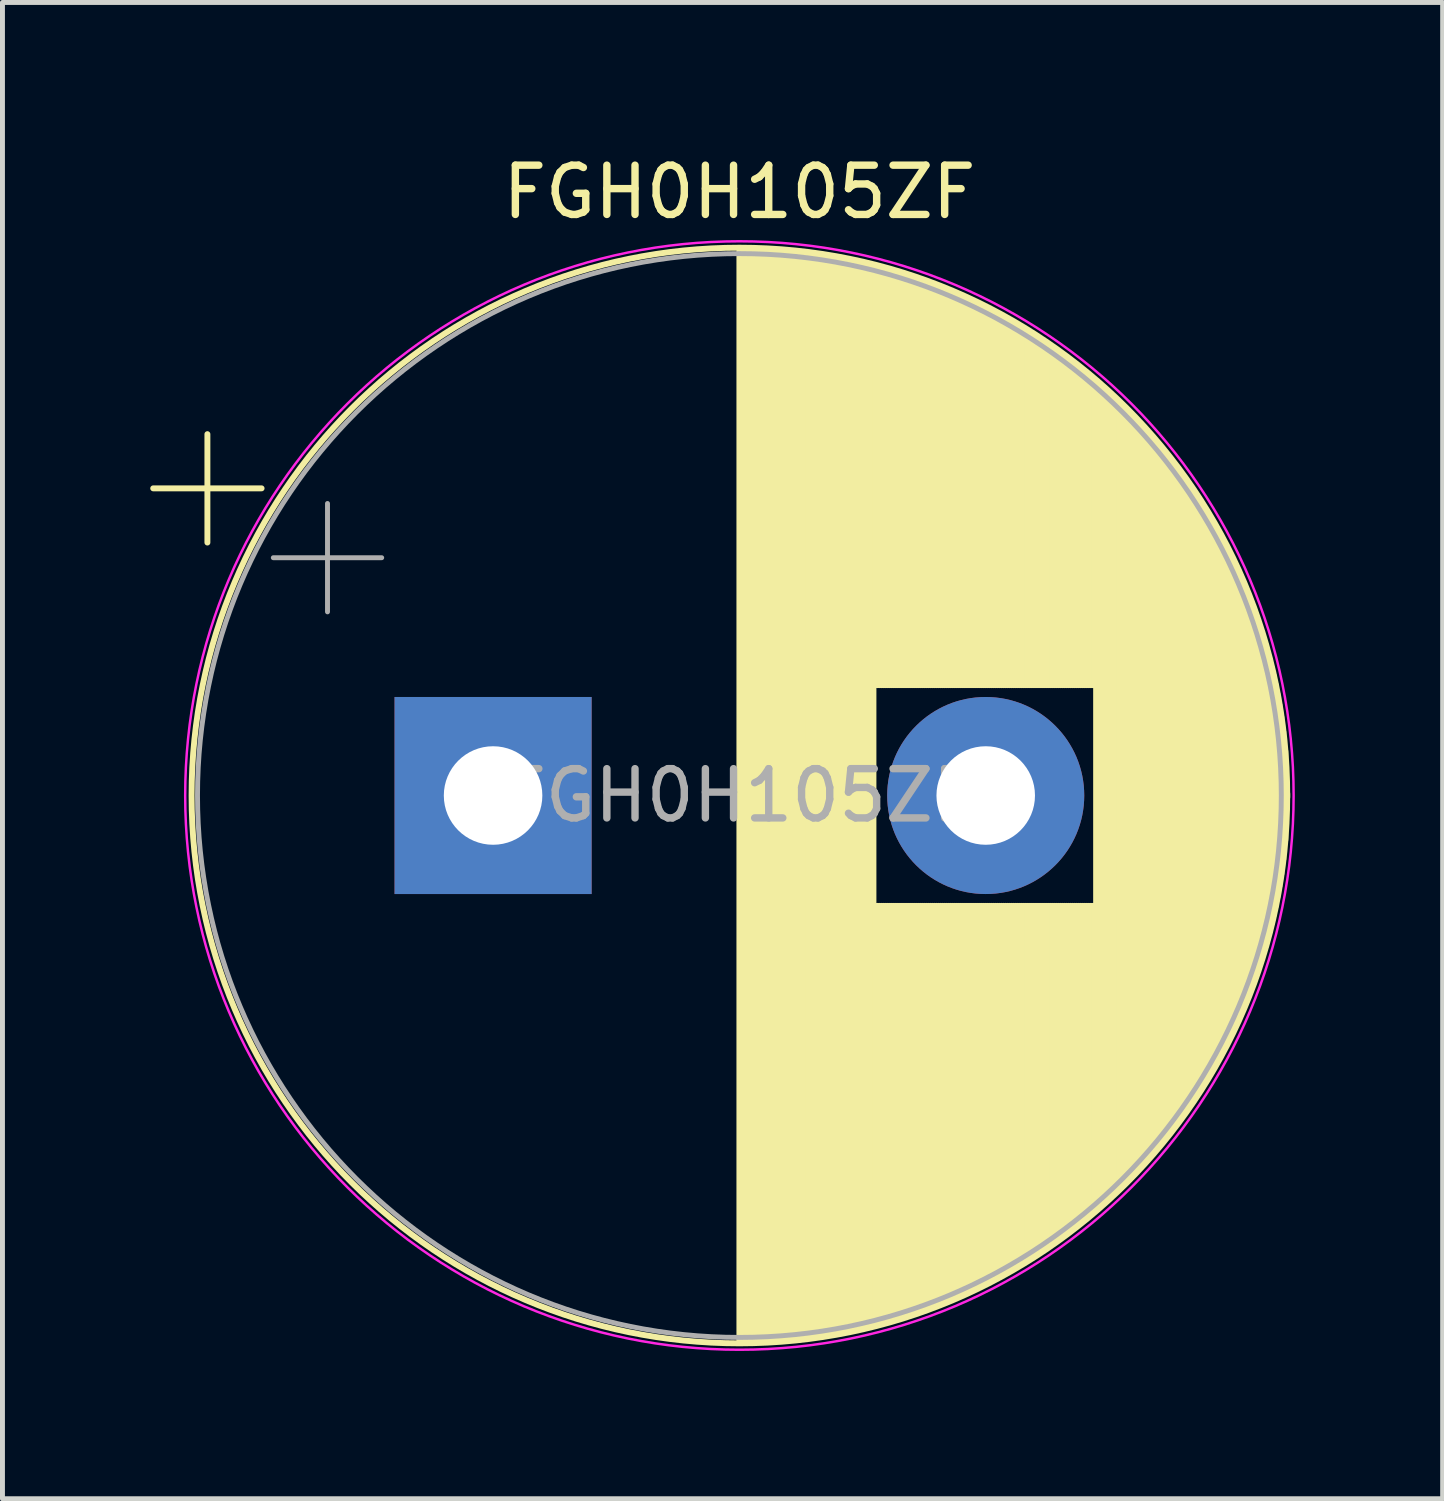
<source format=kicad_pcb>
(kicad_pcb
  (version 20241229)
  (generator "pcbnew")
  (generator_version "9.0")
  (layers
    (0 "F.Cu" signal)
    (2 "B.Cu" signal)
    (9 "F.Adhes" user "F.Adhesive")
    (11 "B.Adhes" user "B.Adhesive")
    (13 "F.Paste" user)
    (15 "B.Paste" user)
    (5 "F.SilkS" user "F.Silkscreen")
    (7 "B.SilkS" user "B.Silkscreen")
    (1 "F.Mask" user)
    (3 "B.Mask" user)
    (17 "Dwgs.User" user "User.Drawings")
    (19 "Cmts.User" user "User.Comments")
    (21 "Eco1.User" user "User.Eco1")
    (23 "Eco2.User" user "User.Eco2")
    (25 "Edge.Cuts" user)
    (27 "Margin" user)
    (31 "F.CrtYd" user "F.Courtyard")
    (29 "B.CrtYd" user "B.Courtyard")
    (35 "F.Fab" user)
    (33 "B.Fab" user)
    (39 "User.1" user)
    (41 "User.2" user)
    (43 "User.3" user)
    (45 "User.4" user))
  (footprint "FGH0H105ZF‎"
    (layer "F.Cu")
    (at 6.959 13.098)
    (property "Reference" "FGH0H105ZF‎" (at 5 -12.25 0) (layer "F.SilkS") (effects (font (size 1 1) (thickness 0.15))))
    (attr through_hole)
    (fp_line (start -6.899 -6.235) (end -4.699 -6.235) (stroke (width 0.12) (type solid)) (layer "F.SilkS"))
    (fp_line (start -5.799 -7.335) (end -5.799 -5.135) (stroke (width 0.12) (type solid)) (layer "F.SilkS"))
    (fp_line (start 5 -11.081) (end 5 11.081) (stroke (width 0.12) (type solid)) (layer "F.SilkS"))
    (fp_line (start 5.04 -11.08) (end 5.04 11.08) (stroke (width 0.12) (type solid)) (layer "F.SilkS"))
    (fp_line (start 5.08 -11.08) (end 5.08 11.08) (stroke (width 0.12) (type solid)) (layer "F.SilkS"))
    (fp_line (start 5.12 -11.08) (end 5.12 11.08) (stroke (width 0.12) (type solid)) (layer "F.SilkS"))
    (fp_line (start 5.16 -11.079) (end 5.16 11.079) (stroke (width 0.12) (type solid)) (layer "F.SilkS"))
    (fp_line (start 5.2 -11.079) (end 5.2 11.079) (stroke (width 0.12) (type solid)) (layer "F.SilkS"))
    (fp_line (start 5.24 -11.078) (end 5.24 11.078) (stroke (width 0.12) (type solid)) (layer "F.SilkS"))
    (fp_line (start 5.28 -11.077) (end 5.28 11.077) (stroke (width 0.12) (type solid)) (layer "F.SilkS"))
    (fp_line (start 5.32 -11.076) (end 5.32 11.076) (stroke (width 0.12) (type solid)) (layer "F.SilkS"))
    (fp_line (start 5.36 -11.075) (end 5.36 11.075) (stroke (width 0.12) (type solid)) (layer "F.SilkS"))
    (fp_line (start 5.4 -11.073) (end 5.4 11.073) (stroke (width 0.12) (type solid)) (layer "F.SilkS"))
    (fp_line (start 5.44 -11.072) (end 5.44 11.072) (stroke (width 0.12) (type solid)) (layer "F.SilkS"))
    (fp_line (start 5.48 -11.07) (end 5.48 11.07) (stroke (width 0.12) (type solid)) (layer "F.SilkS"))
    (fp_line (start 5.52 -11.068) (end 5.52 11.068) (stroke (width 0.12) (type solid)) (layer "F.SilkS"))
    (fp_line (start 5.56 -11.066) (end 5.56 11.066) (stroke (width 0.12) (type solid)) (layer "F.SilkS"))
    (fp_line (start 5.6 -11.064) (end 5.6 11.064) (stroke (width 0.12) (type solid)) (layer "F.SilkS"))
    (fp_line (start 5.64 -11.062) (end 5.64 11.062) (stroke (width 0.12) (type solid)) (layer "F.SilkS"))
    (fp_line (start 5.68 -11.06) (end 5.68 11.06) (stroke (width 0.12) (type solid)) (layer "F.SilkS"))
    (fp_line (start 5.721 -11.057) (end 5.721 11.057) (stroke (width 0.12) (type solid)) (layer "F.SilkS"))
    (fp_line (start 5.761 -11.054) (end 5.761 11.054) (stroke (width 0.12) (type solid)) (layer "F.SilkS"))
    (fp_line (start 5.801 -11.052) (end 5.801 11.052) (stroke (width 0.12) (type solid)) (layer "F.SilkS"))
    (fp_line (start 5.841 -11.049) (end 5.841 11.049) (stroke (width 0.12) (type solid)) (layer "F.SilkS"))
    (fp_line (start 5.881 -11.046) (end 5.881 11.046) (stroke (width 0.12) (type solid)) (layer "F.SilkS"))
    (fp_line (start 5.921 -11.042) (end 5.921 11.042) (stroke (width 0.12) (type solid)) (layer "F.SilkS"))
    (fp_line (start 5.961 -11.039) (end 5.961 11.039) (stroke (width 0.12) (type solid)) (layer "F.SilkS"))
    (fp_line (start 6.001 -11.035) (end 6.001 11.035) (stroke (width 0.12) (type solid)) (layer "F.SilkS"))
    (fp_line (start 6.041 -11.032) (end 6.041 11.032) (stroke (width 0.12) (type solid)) (layer "F.SilkS"))
    (fp_line (start 6.081 -11.028) (end 6.081 11.028) (stroke (width 0.12) (type solid)) (layer "F.SilkS"))
    (fp_line (start 6.121 -11.024) (end 6.121 11.024) (stroke (width 0.12) (type solid)) (layer "F.SilkS"))
    (fp_line (start 6.161 -11.02) (end 6.161 11.02) (stroke (width 0.12) (type solid)) (layer "F.SilkS"))
    (fp_line (start 6.201 -11.016) (end 6.201 11.016) (stroke (width 0.12) (type solid)) (layer "F.SilkS"))
    (fp_line (start 6.241 -11.011) (end 6.241 11.011) (stroke (width 0.12) (type solid)) (layer "F.SilkS"))
    (fp_line (start 6.281 -11.007) (end 6.281 11.007) (stroke (width 0.12) (type solid)) (layer "F.SilkS"))
    (fp_line (start 6.321 -11.002) (end 6.321 11.002) (stroke (width 0.12) (type solid)) (layer "F.SilkS"))
    (fp_line (start 6.361 -10.997) (end 6.361 10.997) (stroke (width 0.12) (type solid)) (layer "F.SilkS"))
    (fp_line (start 6.401 -10.992) (end 6.401 10.992) (stroke (width 0.12) (type solid)) (layer "F.SilkS"))
    (fp_line (start 6.441 -10.987) (end 6.441 10.987) (stroke (width 0.12) (type solid)) (layer "F.SilkS"))
    (fp_line (start 6.481 -10.982) (end 6.481 10.982) (stroke (width 0.12) (type solid)) (layer "F.SilkS"))
    (fp_line (start 6.521 -10.976) (end 6.521 10.976) (stroke (width 0.12) (type solid)) (layer "F.SilkS"))
    (fp_line (start 6.561 -10.971) (end 6.561 10.971) (stroke (width 0.12) (type solid)) (layer "F.SilkS"))
    (fp_line (start 6.601 -10.965) (end 6.601 10.965) (stroke (width 0.12) (type solid)) (layer "F.SilkS"))
    (fp_line (start 6.641 -10.959) (end 6.641 10.959) (stroke (width 0.12) (type solid)) (layer "F.SilkS"))
    (fp_line (start 6.681 -10.953) (end 6.681 10.953) (stroke (width 0.12) (type solid)) (layer "F.SilkS"))
    (fp_line (start 6.721 -10.947) (end 6.721 10.947) (stroke (width 0.12) (type solid)) (layer "F.SilkS"))
    (fp_line (start 6.761 -10.94) (end 6.761 10.94) (stroke (width 0.12) (type solid)) (layer "F.SilkS"))
    (fp_line (start 6.801 -10.934) (end 6.801 10.934) (stroke (width 0.12) (type solid)) (layer "F.SilkS"))
    (fp_line (start 6.841 -10.927) (end 6.841 10.927) (stroke (width 0.12) (type solid)) (layer "F.SilkS"))
    (fp_line (start 6.881 -10.92) (end 6.881 10.92) (stroke (width 0.12) (type solid)) (layer "F.SilkS"))
    (fp_line (start 6.921 -10.913) (end 6.921 10.913) (stroke (width 0.12) (type solid)) (layer "F.SilkS"))
    (fp_line (start 6.961 -10.906) (end 6.961 10.906) (stroke (width 0.12) (type solid)) (layer "F.SilkS"))
    (fp_line (start 7.001 -10.899) (end 7.001 10.899) (stroke (width 0.12) (type solid)) (layer "F.SilkS"))
    (fp_line (start 7.041 -10.892) (end 7.041 10.892) (stroke (width 0.12) (type solid)) (layer "F.SilkS"))
    (fp_line (start 7.081 -10.884) (end 7.081 10.884) (stroke (width 0.12) (type solid)) (layer "F.SilkS"))
    (fp_line (start 7.121 -10.877) (end 7.121 10.877) (stroke (width 0.12) (type solid)) (layer "F.SilkS"))
    (fp_line (start 7.161 -10.869) (end 7.161 10.869) (stroke (width 0.12) (type solid)) (layer "F.SilkS"))
    (fp_line (start 7.201 -10.861) (end 7.201 10.861) (stroke (width 0.12) (type solid)) (layer "F.SilkS"))
    (fp_line (start 7.241 -10.853) (end 7.241 10.853) (stroke (width 0.12) (type solid)) (layer "F.SilkS"))
    (fp_line (start 7.281 -10.844) (end 7.281 10.844) (stroke (width 0.12) (type solid)) (layer "F.SilkS"))
    (fp_line (start 7.321 -10.836) (end 7.321 10.836) (stroke (width 0.12) (type solid)) (layer "F.SilkS"))
    (fp_line (start 7.361 -10.827) (end 7.361 10.827) (stroke (width 0.12) (type solid)) (layer "F.SilkS"))
    (fp_line (start 7.401 -10.818) (end 7.401 10.818) (stroke (width 0.12) (type solid)) (layer "F.SilkS"))
    (fp_line (start 7.441 -10.809) (end 7.441 10.809) (stroke (width 0.12) (type solid)) (layer "F.SilkS"))
    (fp_line (start 7.481 -10.8) (end 7.481 10.8) (stroke (width 0.12) (type solid)) (layer "F.SilkS"))
    (fp_line (start 7.521 -10.791) (end 7.521 10.791) (stroke (width 0.12) (type solid)) (layer "F.SilkS"))
    (fp_line (start 7.561 -10.782) (end 7.561 10.782) (stroke (width 0.12) (type solid)) (layer "F.SilkS"))
    (fp_line (start 7.601 -10.772) (end 7.601 10.772) (stroke (width 0.12) (type solid)) (layer "F.SilkS"))
    (fp_line (start 7.641 -10.763) (end 7.641 10.763) (stroke (width 0.12) (type solid)) (layer "F.SilkS"))
    (fp_line (start 7.681 -10.753) (end 7.681 10.753) (stroke (width 0.12) (type solid)) (layer "F.SilkS"))
    (fp_line (start 7.721 -10.743) (end 7.721 10.743) (stroke (width 0.12) (type solid)) (layer "F.SilkS"))
    (fp_line (start 7.761 -10.733) (end 7.761 -2.24) (stroke (width 0.12) (type solid)) (layer "F.SilkS"))
    (fp_line (start 7.761 2.24) (end 7.761 10.733) (stroke (width 0.12) (type solid)) (layer "F.SilkS"))
    (fp_line (start 7.801 -10.722) (end 7.801 -2.24) (stroke (width 0.12) (type solid)) (layer "F.SilkS"))
    (fp_line (start 7.801 2.24) (end 7.801 10.722) (stroke (width 0.12) (type solid)) (layer "F.SilkS"))
    (fp_line (start 7.841 -10.712) (end 7.841 -2.24) (stroke (width 0.12) (type solid)) (layer "F.SilkS"))
    (fp_line (start 7.841 2.24) (end 7.841 10.712) (stroke (width 0.12) (type solid)) (layer "F.SilkS"))
    (fp_line (start 7.881 -10.701) (end 7.881 -2.24) (stroke (width 0.12) (type solid)) (layer "F.SilkS"))
    (fp_line (start 7.881 2.24) (end 7.881 10.701) (stroke (width 0.12) (type solid)) (layer "F.SilkS"))
    (fp_line (start 7.921 -10.69) (end 7.921 -2.24) (stroke (width 0.12) (type solid)) (layer "F.SilkS"))
    (fp_line (start 7.921 2.24) (end 7.921 10.69) (stroke (width 0.12) (type solid)) (layer "F.SilkS"))
    (fp_line (start 7.961 -10.679) (end 7.961 -2.24) (stroke (width 0.12) (type solid)) (layer "F.SilkS"))
    (fp_line (start 7.961 2.24) (end 7.961 10.679) (stroke (width 0.12) (type solid)) (layer "F.SilkS"))
    (fp_line (start 8.001 -10.668) (end 8.001 -2.24) (stroke (width 0.12) (type solid)) (layer "F.SilkS"))
    (fp_line (start 8.001 2.24) (end 8.001 10.668) (stroke (width 0.12) (type solid)) (layer "F.SilkS"))
    (fp_line (start 8.041 -10.657) (end 8.041 -2.24) (stroke (width 0.12) (type solid)) (layer "F.SilkS"))
    (fp_line (start 8.041 2.24) (end 8.041 10.657) (stroke (width 0.12) (type solid)) (layer "F.SilkS"))
    (fp_line (start 8.081 -10.645) (end 8.081 -2.24) (stroke (width 0.12) (type solid)) (layer "F.SilkS"))
    (fp_line (start 8.081 2.24) (end 8.081 10.645) (stroke (width 0.12) (type solid)) (layer "F.SilkS"))
    (fp_line (start 8.121 -10.634) (end 8.121 -2.24) (stroke (width 0.12) (type solid)) (layer "F.SilkS"))
    (fp_line (start 8.121 2.24) (end 8.121 10.634) (stroke (width 0.12) (type solid)) (layer "F.SilkS"))
    (fp_line (start 8.161 -10.622) (end 8.161 -2.24) (stroke (width 0.12) (type solid)) (layer "F.SilkS"))
    (fp_line (start 8.161 2.24) (end 8.161 10.622) (stroke (width 0.12) (type solid)) (layer "F.SilkS"))
    (fp_line (start 8.201 -10.61) (end 8.201 -2.24) (stroke (width 0.12) (type solid)) (layer "F.SilkS"))
    (fp_line (start 8.201 2.24) (end 8.201 10.61) (stroke (width 0.12) (type solid)) (layer "F.SilkS"))
    (fp_line (start 8.241 -10.598) (end 8.241 -2.24) (stroke (width 0.12) (type solid)) (layer "F.SilkS"))
    (fp_line (start 8.241 2.24) (end 8.241 10.598) (stroke (width 0.12) (type solid)) (layer "F.SilkS"))
    (fp_line (start 8.281 -10.586) (end 8.281 -2.24) (stroke (width 0.12) (type solid)) (layer "F.SilkS"))
    (fp_line (start 8.281 2.24) (end 8.281 10.586) (stroke (width 0.12) (type solid)) (layer "F.SilkS"))
    (fp_line (start 8.321 -10.573) (end 8.321 -2.24) (stroke (width 0.12) (type solid)) (layer "F.SilkS"))
    (fp_line (start 8.321 2.24) (end 8.321 10.573) (stroke (width 0.12) (type solid)) (layer "F.SilkS"))
    (fp_line (start 8.361 -10.561) (end 8.361 -2.24) (stroke (width 0.12) (type solid)) (layer "F.SilkS"))
    (fp_line (start 8.361 2.24) (end 8.361 10.561) (stroke (width 0.12) (type solid)) (layer "F.SilkS"))
    (fp_line (start 8.401 -10.548) (end 8.401 -2.24) (stroke (width 0.12) (type solid)) (layer "F.SilkS"))
    (fp_line (start 8.401 2.24) (end 8.401 10.548) (stroke (width 0.12) (type solid)) (layer "F.SilkS"))
    (fp_line (start 8.441 -10.535) (end 8.441 -2.24) (stroke (width 0.12) (type solid)) (layer "F.SilkS"))
    (fp_line (start 8.441 2.24) (end 8.441 10.535) (stroke (width 0.12) (type solid)) (layer "F.SilkS"))
    (fp_line (start 8.481 -10.522) (end 8.481 -2.24) (stroke (width 0.12) (type solid)) (layer "F.SilkS"))
    (fp_line (start 8.481 2.24) (end 8.481 10.522) (stroke (width 0.12) (type solid)) (layer "F.SilkS"))
    (fp_line (start 8.521 -10.509) (end 8.521 -2.24) (stroke (width 0.12) (type solid)) (layer "F.SilkS"))
    (fp_line (start 8.521 2.24) (end 8.521 10.509) (stroke (width 0.12) (type solid)) (layer "F.SilkS"))
    (fp_line (start 8.561 -10.495) (end 8.561 -2.24) (stroke (width 0.12) (type solid)) (layer "F.SilkS"))
    (fp_line (start 8.561 2.24) (end 8.561 10.495) (stroke (width 0.12) (type solid)) (layer "F.SilkS"))
    (fp_line (start 8.601 -10.482) (end 8.601 -2.24) (stroke (width 0.12) (type solid)) (layer "F.SilkS"))
    (fp_line (start 8.601 2.24) (end 8.601 10.482) (stroke (width 0.12) (type solid)) (layer "F.SilkS"))
    (fp_line (start 8.641 -10.468) (end 8.641 -2.24) (stroke (width 0.12) (type solid)) (layer "F.SilkS"))
    (fp_line (start 8.641 2.24) (end 8.641 10.468) (stroke (width 0.12) (type solid)) (layer "F.SilkS"))
    (fp_line (start 8.681 -10.454) (end 8.681 -2.24) (stroke (width 0.12) (type solid)) (layer "F.SilkS"))
    (fp_line (start 8.681 2.24) (end 8.681 10.454) (stroke (width 0.12) (type solid)) (layer "F.SilkS"))
    (fp_line (start 8.721 -10.44) (end 8.721 -2.24) (stroke (width 0.12) (type solid)) (layer "F.SilkS"))
    (fp_line (start 8.721 2.24) (end 8.721 10.44) (stroke (width 0.12) (type solid)) (layer "F.SilkS"))
    (fp_line (start 8.761 -10.426) (end 8.761 -2.24) (stroke (width 0.12) (type solid)) (layer "F.SilkS"))
    (fp_line (start 8.761 2.24) (end 8.761 10.426) (stroke (width 0.12) (type solid)) (layer "F.SilkS"))
    (fp_line (start 8.801 -10.411) (end 8.801 -2.24) (stroke (width 0.12) (type solid)) (layer "F.SilkS"))
    (fp_line (start 8.801 2.24) (end 8.801 10.411) (stroke (width 0.12) (type solid)) (layer "F.SilkS"))
    (fp_line (start 8.841 -10.396) (end 8.841 -2.24) (stroke (width 0.12) (type solid)) (layer "F.SilkS"))
    (fp_line (start 8.841 2.24) (end 8.841 10.396) (stroke (width 0.12) (type solid)) (layer "F.SilkS"))
    (fp_line (start 8.881 -10.382) (end 8.881 -2.24) (stroke (width 0.12) (type solid)) (layer "F.SilkS"))
    (fp_line (start 8.881 2.24) (end 8.881 10.382) (stroke (width 0.12) (type solid)) (layer "F.SilkS"))
    (fp_line (start 8.921 -10.367) (end 8.921 -2.24) (stroke (width 0.12) (type solid)) (layer "F.SilkS"))
    (fp_line (start 8.921 2.24) (end 8.921 10.367) (stroke (width 0.12) (type solid)) (layer "F.SilkS"))
    (fp_line (start 8.961 -10.351) (end 8.961 -2.24) (stroke (width 0.12) (type solid)) (layer "F.SilkS"))
    (fp_line (start 8.961 2.24) (end 8.961 10.351) (stroke (width 0.12) (type solid)) (layer "F.SilkS"))
    (fp_line (start 9.001 -10.336) (end 9.001 -2.24) (stroke (width 0.12) (type solid)) (layer "F.SilkS"))
    (fp_line (start 9.001 2.24) (end 9.001 10.336) (stroke (width 0.12) (type solid)) (layer "F.SilkS"))
    (fp_line (start 9.041 -10.321) (end 9.041 -2.24) (stroke (width 0.12) (type solid)) (layer "F.SilkS"))
    (fp_line (start 9.041 2.24) (end 9.041 10.321) (stroke (width 0.12) (type solid)) (layer "F.SilkS"))
    (fp_line (start 9.081 -10.305) (end 9.081 -2.24) (stroke (width 0.12) (type solid)) (layer "F.SilkS"))
    (fp_line (start 9.081 2.24) (end 9.081 10.305) (stroke (width 0.12) (type solid)) (layer "F.SilkS"))
    (fp_line (start 9.121 -10.289) (end 9.121 -2.24) (stroke (width 0.12) (type solid)) (layer "F.SilkS"))
    (fp_line (start 9.121 2.24) (end 9.121 10.289) (stroke (width 0.12) (type solid)) (layer "F.SilkS"))
    (fp_line (start 9.161 -10.273) (end 9.161 -2.24) (stroke (width 0.12) (type solid)) (layer "F.SilkS"))
    (fp_line (start 9.161 2.24) (end 9.161 10.273) (stroke (width 0.12) (type solid)) (layer "F.SilkS"))
    (fp_line (start 9.201 -10.257) (end 9.201 -2.24) (stroke (width 0.12) (type solid)) (layer "F.SilkS"))
    (fp_line (start 9.201 2.24) (end 9.201 10.257) (stroke (width 0.12) (type solid)) (layer "F.SilkS"))
    (fp_line (start 9.241 -10.24) (end 9.241 -2.24) (stroke (width 0.12) (type solid)) (layer "F.SilkS"))
    (fp_line (start 9.241 2.24) (end 9.241 10.24) (stroke (width 0.12) (type solid)) (layer "F.SilkS"))
    (fp_line (start 9.281 -10.224) (end 9.281 -2.24) (stroke (width 0.12) (type solid)) (layer "F.SilkS"))
    (fp_line (start 9.281 2.24) (end 9.281 10.224) (stroke (width 0.12) (type solid)) (layer "F.SilkS"))
    (fp_line (start 9.321 -10.207) (end 9.321 -2.24) (stroke (width 0.12) (type solid)) (layer "F.SilkS"))
    (fp_line (start 9.321 2.24) (end 9.321 10.207) (stroke (width 0.12) (type solid)) (layer "F.SilkS"))
    (fp_line (start 9.361 -10.19) (end 9.361 -2.24) (stroke (width 0.12) (type solid)) (layer "F.SilkS"))
    (fp_line (start 9.361 2.24) (end 9.361 10.19) (stroke (width 0.12) (type solid)) (layer "F.SilkS"))
    (fp_line (start 9.401 -10.173) (end 9.401 -2.24) (stroke (width 0.12) (type solid)) (layer "F.SilkS"))
    (fp_line (start 9.401 2.24) (end 9.401 10.173) (stroke (width 0.12) (type solid)) (layer "F.SilkS"))
    (fp_line (start 9.441 -10.156) (end 9.441 -2.24) (stroke (width 0.12) (type solid)) (layer "F.SilkS"))
    (fp_line (start 9.441 2.24) (end 9.441 10.156) (stroke (width 0.12) (type solid)) (layer "F.SilkS"))
    (fp_line (start 9.481 -10.138) (end 9.481 -2.24) (stroke (width 0.12) (type solid)) (layer "F.SilkS"))
    (fp_line (start 9.481 2.24) (end 9.481 10.138) (stroke (width 0.12) (type solid)) (layer "F.SilkS"))
    (fp_line (start 9.521 -10.12) (end 9.521 -2.24) (stroke (width 0.12) (type solid)) (layer "F.SilkS"))
    (fp_line (start 9.521 2.24) (end 9.521 10.12) (stroke (width 0.12) (type solid)) (layer "F.SilkS"))
    (fp_line (start 9.561 -10.103) (end 9.561 -2.24) (stroke (width 0.12) (type solid)) (layer "F.SilkS"))
    (fp_line (start 9.561 2.24) (end 9.561 10.103) (stroke (width 0.12) (type solid)) (layer "F.SilkS"))
    (fp_line (start 9.601 -10.084) (end 9.601 -2.24) (stroke (width 0.12) (type solid)) (layer "F.SilkS"))
    (fp_line (start 9.601 2.24) (end 9.601 10.084) (stroke (width 0.12) (type solid)) (layer "F.SilkS"))
    (fp_line (start 9.641 -10.066) (end 9.641 -2.24) (stroke (width 0.12) (type solid)) (layer "F.SilkS"))
    (fp_line (start 9.641 2.24) (end 9.641 10.066) (stroke (width 0.12) (type solid)) (layer "F.SilkS"))
    (fp_line (start 9.681 -10.048) (end 9.681 -2.24) (stroke (width 0.12) (type solid)) (layer "F.SilkS"))
    (fp_line (start 9.681 2.24) (end 9.681 10.048) (stroke (width 0.12) (type solid)) (layer "F.SilkS"))
    (fp_line (start 9.721 -10.029) (end 9.721 -2.24) (stroke (width 0.12) (type solid)) (layer "F.SilkS"))
    (fp_line (start 9.721 2.24) (end 9.721 10.029) (stroke (width 0.12) (type solid)) (layer "F.SilkS"))
    (fp_line (start 9.761 -10.01) (end 9.761 -2.24) (stroke (width 0.12) (type solid)) (layer "F.SilkS"))
    (fp_line (start 9.761 2.24) (end 9.761 10.01) (stroke (width 0.12) (type solid)) (layer "F.SilkS"))
    (fp_line (start 9.801 -9.991) (end 9.801 -2.24) (stroke (width 0.12) (type solid)) (layer "F.SilkS"))
    (fp_line (start 9.801 2.24) (end 9.801 9.991) (stroke (width 0.12) (type solid)) (layer "F.SilkS"))
    (fp_line (start 9.841 -9.972) (end 9.841 -2.24) (stroke (width 0.12) (type solid)) (layer "F.SilkS"))
    (fp_line (start 9.841 2.24) (end 9.841 9.972) (stroke (width 0.12) (type solid)) (layer "F.SilkS"))
    (fp_line (start 9.881 -9.952) (end 9.881 -2.24) (stroke (width 0.12) (type solid)) (layer "F.SilkS"))
    (fp_line (start 9.881 2.24) (end 9.881 9.952) (stroke (width 0.12) (type solid)) (layer "F.SilkS"))
    (fp_line (start 9.921 -9.933) (end 9.921 -2.24) (stroke (width 0.12) (type solid)) (layer "F.SilkS"))
    (fp_line (start 9.921 2.24) (end 9.921 9.933) (stroke (width 0.12) (type solid)) (layer "F.SilkS"))
    (fp_line (start 9.961 -9.913) (end 9.961 -2.24) (stroke (width 0.12) (type solid)) (layer "F.SilkS"))
    (fp_line (start 9.961 2.24) (end 9.961 9.913) (stroke (width 0.12) (type solid)) (layer "F.SilkS"))
    (fp_line (start 10.001 -9.893) (end 10.001 -2.24) (stroke (width 0.12) (type solid)) (layer "F.SilkS"))
    (fp_line (start 10.001 2.24) (end 10.001 9.893) (stroke (width 0.12) (type solid)) (layer "F.SilkS"))
    (fp_line (start 10.041 -9.873) (end 10.041 -2.24) (stroke (width 0.12) (type solid)) (layer "F.SilkS"))
    (fp_line (start 10.041 2.24) (end 10.041 9.873) (stroke (width 0.12) (type solid)) (layer "F.SilkS"))
    (fp_line (start 10.081 -9.852) (end 10.081 -2.24) (stroke (width 0.12) (type solid)) (layer "F.SilkS"))
    (fp_line (start 10.081 2.24) (end 10.081 9.852) (stroke (width 0.12) (type solid)) (layer "F.SilkS"))
    (fp_line (start 10.121 -9.832) (end 10.121 -2.24) (stroke (width 0.12) (type solid)) (layer "F.SilkS"))
    (fp_line (start 10.121 2.24) (end 10.121 9.832) (stroke (width 0.12) (type solid)) (layer "F.SilkS"))
    (fp_line (start 10.161 -9.811) (end 10.161 -2.24) (stroke (width 0.12) (type solid)) (layer "F.SilkS"))
    (fp_line (start 10.161 2.24) (end 10.161 9.811) (stroke (width 0.12) (type solid)) (layer "F.SilkS"))
    (fp_line (start 10.201 -9.79) (end 10.201 -2.24) (stroke (width 0.12) (type solid)) (layer "F.SilkS"))
    (fp_line (start 10.201 2.24) (end 10.201 9.79) (stroke (width 0.12) (type solid)) (layer "F.SilkS"))
    (fp_line (start 10.241 -9.768) (end 10.241 -2.24) (stroke (width 0.12) (type solid)) (layer "F.SilkS"))
    (fp_line (start 10.241 2.24) (end 10.241 9.768) (stroke (width 0.12) (type solid)) (layer "F.SilkS"))
    (fp_line (start 10.281 -9.747) (end 10.281 -2.24) (stroke (width 0.12) (type solid)) (layer "F.SilkS"))
    (fp_line (start 10.281 2.24) (end 10.281 9.747) (stroke (width 0.12) (type solid)) (layer "F.SilkS"))
    (fp_line (start 10.321 -9.725) (end 10.321 -2.24) (stroke (width 0.12) (type solid)) (layer "F.SilkS"))
    (fp_line (start 10.321 2.24) (end 10.321 9.725) (stroke (width 0.12) (type solid)) (layer "F.SilkS"))
    (fp_line (start 10.361 -9.703) (end 10.361 -2.24) (stroke (width 0.12) (type solid)) (layer "F.SilkS"))
    (fp_line (start 10.361 2.24) (end 10.361 9.703) (stroke (width 0.12) (type solid)) (layer "F.SilkS"))
    (fp_line (start 10.401 -9.681) (end 10.401 -2.24) (stroke (width 0.12) (type solid)) (layer "F.SilkS"))
    (fp_line (start 10.401 2.24) (end 10.401 9.681) (stroke (width 0.12) (type solid)) (layer "F.SilkS"))
    (fp_line (start 10.441 -9.659) (end 10.441 -2.24) (stroke (width 0.12) (type solid)) (layer "F.SilkS"))
    (fp_line (start 10.441 2.24) (end 10.441 9.659) (stroke (width 0.12) (type solid)) (layer "F.SilkS"))
    (fp_line (start 10.481 -9.636) (end 10.481 -2.24) (stroke (width 0.12) (type solid)) (layer "F.SilkS"))
    (fp_line (start 10.481 2.24) (end 10.481 9.636) (stroke (width 0.12) (type solid)) (layer "F.SilkS"))
    (fp_line (start 10.521 -9.614) (end 10.521 -2.24) (stroke (width 0.12) (type solid)) (layer "F.SilkS"))
    (fp_line (start 10.521 2.24) (end 10.521 9.614) (stroke (width 0.12) (type solid)) (layer "F.SilkS"))
    (fp_line (start 10.561 -9.591) (end 10.561 -2.24) (stroke (width 0.12) (type solid)) (layer "F.SilkS"))
    (fp_line (start 10.561 2.24) (end 10.561 9.591) (stroke (width 0.12) (type solid)) (layer "F.SilkS"))
    (fp_line (start 10.601 -9.567) (end 10.601 -2.24) (stroke (width 0.12) (type solid)) (layer "F.SilkS"))
    (fp_line (start 10.601 2.24) (end 10.601 9.567) (stroke (width 0.12) (type solid)) (layer "F.SilkS"))
    (fp_line (start 10.641 -9.544) (end 10.641 -2.24) (stroke (width 0.12) (type solid)) (layer "F.SilkS"))
    (fp_line (start 10.641 2.24) (end 10.641 9.544) (stroke (width 0.12) (type solid)) (layer "F.SilkS"))
    (fp_line (start 10.681 -9.52) (end 10.681 -2.24) (stroke (width 0.12) (type solid)) (layer "F.SilkS"))
    (fp_line (start 10.681 2.24) (end 10.681 9.52) (stroke (width 0.12) (type solid)) (layer "F.SilkS"))
    (fp_line (start 10.721 -9.497) (end 10.721 -2.24) (stroke (width 0.12) (type solid)) (layer "F.SilkS"))
    (fp_line (start 10.721 2.24) (end 10.721 9.497) (stroke (width 0.12) (type solid)) (layer "F.SilkS"))
    (fp_line (start 10.761 -9.472) (end 10.761 -2.24) (stroke (width 0.12) (type solid)) (layer "F.SilkS"))
    (fp_line (start 10.761 2.24) (end 10.761 9.472) (stroke (width 0.12) (type solid)) (layer "F.SilkS"))
    (fp_line (start 10.801 -9.448) (end 10.801 -2.24) (stroke (width 0.12) (type solid)) (layer "F.SilkS"))
    (fp_line (start 10.801 2.24) (end 10.801 9.448) (stroke (width 0.12) (type solid)) (layer "F.SilkS"))
    (fp_line (start 10.841 -9.424) (end 10.841 -2.24) (stroke (width 0.12) (type solid)) (layer "F.SilkS"))
    (fp_line (start 10.841 2.24) (end 10.841 9.424) (stroke (width 0.12) (type solid)) (layer "F.SilkS"))
    (fp_line (start 10.881 -9.399) (end 10.881 -2.24) (stroke (width 0.12) (type solid)) (layer "F.SilkS"))
    (fp_line (start 10.881 2.24) (end 10.881 9.399) (stroke (width 0.12) (type solid)) (layer "F.SilkS"))
    (fp_line (start 10.921 -9.374) (end 10.921 -2.24) (stroke (width 0.12) (type solid)) (layer "F.SilkS"))
    (fp_line (start 10.921 2.24) (end 10.921 9.374) (stroke (width 0.12) (type solid)) (layer "F.SilkS"))
    (fp_line (start 10.961 -9.348) (end 10.961 -2.24) (stroke (width 0.12) (type solid)) (layer "F.SilkS"))
    (fp_line (start 10.961 2.24) (end 10.961 9.348) (stroke (width 0.12) (type solid)) (layer "F.SilkS"))
    (fp_line (start 11.001 -9.323) (end 11.001 -2.24) (stroke (width 0.12) (type solid)) (layer "F.SilkS"))
    (fp_line (start 11.001 2.24) (end 11.001 9.323) (stroke (width 0.12) (type solid)) (layer "F.SilkS"))
    (fp_line (start 11.041 -9.297) (end 11.041 -2.24) (stroke (width 0.12) (type solid)) (layer "F.SilkS"))
    (fp_line (start 11.041 2.24) (end 11.041 9.297) (stroke (width 0.12) (type solid)) (layer "F.SilkS"))
    (fp_line (start 11.081 -9.271) (end 11.081 -2.24) (stroke (width 0.12) (type solid)) (layer "F.SilkS"))
    (fp_line (start 11.081 2.24) (end 11.081 9.271) (stroke (width 0.12) (type solid)) (layer "F.SilkS"))
    (fp_line (start 11.121 -9.245) (end 11.121 -2.24) (stroke (width 0.12) (type solid)) (layer "F.SilkS"))
    (fp_line (start 11.121 2.24) (end 11.121 9.245) (stroke (width 0.12) (type solid)) (layer "F.SilkS"))
    (fp_line (start 11.161 -9.218) (end 11.161 -2.24) (stroke (width 0.12) (type solid)) (layer "F.SilkS"))
    (fp_line (start 11.161 2.24) (end 11.161 9.218) (stroke (width 0.12) (type solid)) (layer "F.SilkS"))
    (fp_line (start 11.201 -9.192) (end 11.201 -2.24) (stroke (width 0.12) (type solid)) (layer "F.SilkS"))
    (fp_line (start 11.201 2.24) (end 11.201 9.192) (stroke (width 0.12) (type solid)) (layer "F.SilkS"))
    (fp_line (start 11.241 -9.165) (end 11.241 -2.24) (stroke (width 0.12) (type solid)) (layer "F.SilkS"))
    (fp_line (start 11.241 2.24) (end 11.241 9.165) (stroke (width 0.12) (type solid)) (layer "F.SilkS"))
    (fp_line (start 11.281 -9.137) (end 11.281 -2.24) (stroke (width 0.12) (type solid)) (layer "F.SilkS"))
    (fp_line (start 11.281 2.24) (end 11.281 9.137) (stroke (width 0.12) (type solid)) (layer "F.SilkS"))
    (fp_line (start 11.321 -9.11) (end 11.321 -2.24) (stroke (width 0.12) (type solid)) (layer "F.SilkS"))
    (fp_line (start 11.321 2.24) (end 11.321 9.11) (stroke (width 0.12) (type solid)) (layer "F.SilkS"))
    (fp_line (start 11.361 -9.082) (end 11.361 -2.24) (stroke (width 0.12) (type solid)) (layer "F.SilkS"))
    (fp_line (start 11.361 2.24) (end 11.361 9.082) (stroke (width 0.12) (type solid)) (layer "F.SilkS"))
    (fp_line (start 11.401 -9.054) (end 11.401 -2.24) (stroke (width 0.12) (type solid)) (layer "F.SilkS"))
    (fp_line (start 11.401 2.24) (end 11.401 9.054) (stroke (width 0.12) (type solid)) (layer "F.SilkS"))
    (fp_line (start 11.441 -9.026) (end 11.441 -2.24) (stroke (width 0.12) (type solid)) (layer "F.SilkS"))
    (fp_line (start 11.441 2.24) (end 11.441 9.026) (stroke (width 0.12) (type solid)) (layer "F.SilkS"))
    (fp_line (start 11.481 -8.997) (end 11.481 -2.24) (stroke (width 0.12) (type solid)) (layer "F.SilkS"))
    (fp_line (start 11.481 2.24) (end 11.481 8.997) (stroke (width 0.12) (type solid)) (layer "F.SilkS"))
    (fp_line (start 11.521 -8.968) (end 11.521 -2.24) (stroke (width 0.12) (type solid)) (layer "F.SilkS"))
    (fp_line (start 11.521 2.24) (end 11.521 8.968) (stroke (width 0.12) (type solid)) (layer "F.SilkS"))
    (fp_line (start 11.561 -8.939) (end 11.561 -2.24) (stroke (width 0.12) (type solid)) (layer "F.SilkS"))
    (fp_line (start 11.561 2.24) (end 11.561 8.939) (stroke (width 0.12) (type solid)) (layer "F.SilkS"))
    (fp_line (start 11.601 -8.91) (end 11.601 -2.24) (stroke (width 0.12) (type solid)) (layer "F.SilkS"))
    (fp_line (start 11.601 2.24) (end 11.601 8.91) (stroke (width 0.12) (type solid)) (layer "F.SilkS"))
    (fp_line (start 11.641 -8.88) (end 11.641 -2.24) (stroke (width 0.12) (type solid)) (layer "F.SilkS"))
    (fp_line (start 11.641 2.24) (end 11.641 8.88) (stroke (width 0.12) (type solid)) (layer "F.SilkS"))
    (fp_line (start 11.681 -8.85) (end 11.681 -2.24) (stroke (width 0.12) (type solid)) (layer "F.SilkS"))
    (fp_line (start 11.681 2.24) (end 11.681 8.85) (stroke (width 0.12) (type solid)) (layer "F.SilkS"))
    (fp_line (start 11.721 -8.82) (end 11.721 -2.24) (stroke (width 0.12) (type solid)) (layer "F.SilkS"))
    (fp_line (start 11.721 2.24) (end 11.721 8.82) (stroke (width 0.12) (type solid)) (layer "F.SilkS"))
    (fp_line (start 11.761 -8.79) (end 11.761 -2.24) (stroke (width 0.12) (type solid)) (layer "F.SilkS"))
    (fp_line (start 11.761 2.24) (end 11.761 8.79) (stroke (width 0.12) (type solid)) (layer "F.SilkS"))
    (fp_line (start 11.801 -8.759) (end 11.801 -2.24) (stroke (width 0.12) (type solid)) (layer "F.SilkS"))
    (fp_line (start 11.801 2.24) (end 11.801 8.759) (stroke (width 0.12) (type solid)) (layer "F.SilkS"))
    (fp_line (start 11.841 -8.728) (end 11.841 -2.24) (stroke (width 0.12) (type solid)) (layer "F.SilkS"))
    (fp_line (start 11.841 2.24) (end 11.841 8.728) (stroke (width 0.12) (type solid)) (layer "F.SilkS"))
    (fp_line (start 11.881 -8.697) (end 11.881 -2.24) (stroke (width 0.12) (type solid)) (layer "F.SilkS"))
    (fp_line (start 11.881 2.24) (end 11.881 8.697) (stroke (width 0.12) (type solid)) (layer "F.SilkS"))
    (fp_line (start 11.921 -8.665) (end 11.921 -2.24) (stroke (width 0.12) (type solid)) (layer "F.SilkS"))
    (fp_line (start 11.921 2.24) (end 11.921 8.665) (stroke (width 0.12) (type solid)) (layer "F.SilkS"))
    (fp_line (start 11.961 -8.633) (end 11.961 -2.24) (stroke (width 0.12) (type solid)) (layer "F.SilkS"))
    (fp_line (start 11.961 2.24) (end 11.961 8.633) (stroke (width 0.12) (type solid)) (layer "F.SilkS"))
    (fp_line (start 12.001 -8.601) (end 12.001 -2.24) (stroke (width 0.12) (type solid)) (layer "F.SilkS"))
    (fp_line (start 12.001 2.24) (end 12.001 8.601) (stroke (width 0.12) (type solid)) (layer "F.SilkS"))
    (fp_line (start 12.041 -8.568) (end 12.041 -2.24) (stroke (width 0.12) (type solid)) (layer "F.SilkS"))
    (fp_line (start 12.041 2.24) (end 12.041 8.568) (stroke (width 0.12) (type solid)) (layer "F.SilkS"))
    (fp_line (start 12.081 -8.535) (end 12.081 -2.24) (stroke (width 0.12) (type solid)) (layer "F.SilkS"))
    (fp_line (start 12.081 2.24) (end 12.081 8.535) (stroke (width 0.12) (type solid)) (layer "F.SilkS"))
    (fp_line (start 12.121 -8.502) (end 12.121 -2.24) (stroke (width 0.12) (type solid)) (layer "F.SilkS"))
    (fp_line (start 12.121 2.24) (end 12.121 8.502) (stroke (width 0.12) (type solid)) (layer "F.SilkS"))
    (fp_line (start 12.161 -8.469) (end 12.161 -2.24) (stroke (width 0.12) (type solid)) (layer "F.SilkS"))
    (fp_line (start 12.161 2.24) (end 12.161 8.469) (stroke (width 0.12) (type solid)) (layer "F.SilkS"))
    (fp_line (start 12.201 -8.435) (end 12.201 -2.24) (stroke (width 0.12) (type solid)) (layer "F.SilkS"))
    (fp_line (start 12.201 2.24) (end 12.201 8.435) (stroke (width 0.12) (type solid)) (layer "F.SilkS"))
    (fp_line (start 12.241 -8.401) (end 12.241 8.401) (stroke (width 0.12) (type solid)) (layer "F.SilkS"))
    (fp_line (start 12.281 -8.366) (end 12.281 8.366) (stroke (width 0.12) (type solid)) (layer "F.SilkS"))
    (fp_line (start 12.321 -8.331) (end 12.321 8.331) (stroke (width 0.12) (type solid)) (layer "F.SilkS"))
    (fp_line (start 12.361 -8.296) (end 12.361 8.296) (stroke (width 0.12) (type solid)) (layer "F.SilkS"))
    (fp_line (start 12.401 -8.261) (end 12.401 8.261) (stroke (width 0.12) (type solid)) (layer "F.SilkS"))
    (fp_line (start 12.441 -8.225) (end 12.441 8.225) (stroke (width 0.12) (type solid)) (layer "F.SilkS"))
    (fp_line (start 12.481 -8.189) (end 12.481 8.189) (stroke (width 0.12) (type solid)) (layer "F.SilkS"))
    (fp_line (start 12.521 -8.152) (end 12.521 8.152) (stroke (width 0.12) (type solid)) (layer "F.SilkS"))
    (fp_line (start 12.561 -8.115) (end 12.561 8.115) (stroke (width 0.12) (type solid)) (layer "F.SilkS"))
    (fp_line (start 12.601 -8.078) (end 12.601 8.078) (stroke (width 0.12) (type solid)) (layer "F.SilkS"))
    (fp_line (start 12.641 -8.04) (end 12.641 8.04) (stroke (width 0.12) (type solid)) (layer "F.SilkS"))
    (fp_line (start 12.681 -8.002) (end 12.681 8.002) (stroke (width 0.12) (type solid)) (layer "F.SilkS"))
    (fp_line (start 12.721 -7.964) (end 12.721 7.964) (stroke (width 0.12) (type solid)) (layer "F.SilkS"))
    (fp_line (start 12.761 -7.925) (end 12.761 7.925) (stroke (width 0.12) (type solid)) (layer "F.SilkS"))
    (fp_line (start 12.801 -7.886) (end 12.801 7.886) (stroke (width 0.12) (type solid)) (layer "F.SilkS"))
    (fp_line (start 12.841 -7.846) (end 12.841 7.846) (stroke (width 0.12) (type solid)) (layer "F.SilkS"))
    (fp_line (start 12.881 -7.807) (end 12.881 7.807) (stroke (width 0.12) (type solid)) (layer "F.SilkS"))
    (fp_line (start 12.921 -7.766) (end 12.921 7.766) (stroke (width 0.12) (type solid)) (layer "F.SilkS"))
    (fp_line (start 12.961 -7.725) (end 12.961 7.725) (stroke (width 0.12) (type solid)) (layer "F.SilkS"))
    (fp_line (start 13.001 -7.684) (end 13.001 7.684) (stroke (width 0.12) (type solid)) (layer "F.SilkS"))
    (fp_line (start 13.041 -7.642) (end 13.041 7.642) (stroke (width 0.12) (type solid)) (layer "F.SilkS"))
    (fp_line (start 13.081 -7.6) (end 13.081 7.6) (stroke (width 0.12) (type solid)) (layer "F.SilkS"))
    (fp_line (start 13.121 -7.558) (end 13.121 7.558) (stroke (width 0.12) (type solid)) (layer "F.SilkS"))
    (fp_line (start 13.161 -7.515) (end 13.161 7.515) (stroke (width 0.12) (type solid)) (layer "F.SilkS"))
    (fp_line (start 13.2 -7.471) (end 13.2 7.471) (stroke (width 0.12) (type solid)) (layer "F.SilkS"))
    (fp_line (start 13.24 -7.428) (end 13.24 7.428) (stroke (width 0.12) (type solid)) (layer "F.SilkS"))
    (fp_line (start 13.28 -7.383) (end 13.28 7.383) (stroke (width 0.12) (type solid)) (layer "F.SilkS"))
    (fp_line (start 13.32 -7.338) (end 13.32 7.338) (stroke (width 0.12) (type solid)) (layer "F.SilkS"))
    (fp_line (start 13.36 -7.293) (end 13.36 7.293) (stroke (width 0.12) (type solid)) (layer "F.SilkS"))
    (fp_line (start 13.4 -7.247) (end 13.4 7.247) (stroke (width 0.12) (type solid)) (layer "F.SilkS"))
    (fp_line (start 13.44 -7.201) (end 13.44 7.201) (stroke (width 0.12) (type solid)) (layer "F.SilkS"))
    (fp_line (start 13.48 -7.154) (end 13.48 7.154) (stroke (width 0.12) (type solid)) (layer "F.SilkS"))
    (fp_line (start 13.52 -7.106) (end 13.52 7.106) (stroke (width 0.12) (type solid)) (layer "F.SilkS"))
    (fp_line (start 13.56 -7.058) (end 13.56 7.058) (stroke (width 0.12) (type solid)) (layer "F.SilkS"))
    (fp_line (start 13.6 -7.01) (end 13.6 7.01) (stroke (width 0.12) (type solid)) (layer "F.SilkS"))
    (fp_line (start 13.64 -6.961) (end 13.64 6.961) (stroke (width 0.12) (type solid)) (layer "F.SilkS"))
    (fp_line (start 13.68 -6.911) (end 13.68 6.911) (stroke (width 0.12) (type solid)) (layer "F.SilkS"))
    (fp_line (start 13.72 -6.861) (end 13.72 6.861) (stroke (width 0.12) (type solid)) (layer "F.SilkS"))
    (fp_line (start 13.76 -6.81) (end 13.76 6.81) (stroke (width 0.12) (type solid)) (layer "F.SilkS"))
    (fp_line (start 13.8 -6.759) (end 13.8 6.759) (stroke (width 0.12) (type solid)) (layer "F.SilkS"))
    (fp_line (start 13.84 -6.707) (end 13.84 6.707) (stroke (width 0.12) (type solid)) (layer "F.SilkS"))
    (fp_line (start 13.88 -6.654) (end 13.88 6.654) (stroke (width 0.12) (type solid)) (layer "F.SilkS"))
    (fp_line (start 13.92 -6.6) (end 13.92 6.6) (stroke (width 0.12) (type solid)) (layer "F.SilkS"))
    (fp_line (start 13.96 -6.546) (end 13.96 6.546) (stroke (width 0.12) (type solid)) (layer "F.SilkS"))
    (fp_line (start 14 -6.492) (end 14 6.492) (stroke (width 0.12) (type solid)) (layer "F.SilkS"))
    (fp_line (start 14.04 -6.436) (end 14.04 6.436) (stroke (width 0.12) (type solid)) (layer "F.SilkS"))
    (fp_line (start 14.08 -6.38) (end 14.08 6.38) (stroke (width 0.12) (type solid)) (layer "F.SilkS"))
    (fp_line (start 14.12 -6.323) (end 14.12 6.323) (stroke (width 0.12) (type solid)) (layer "F.SilkS"))
    (fp_line (start 14.16 -6.265) (end 14.16 6.265) (stroke (width 0.12) (type solid)) (layer "F.SilkS"))
    (fp_line (start 14.2 -6.207) (end 14.2 6.207) (stroke (width 0.12) (type solid)) (layer "F.SilkS"))
    (fp_line (start 14.24 -6.147) (end 14.24 6.147) (stroke (width 0.12) (type solid)) (layer "F.SilkS"))
    (fp_line (start 14.28 -6.087) (end 14.28 6.087) (stroke (width 0.12) (type solid)) (layer "F.SilkS"))
    (fp_line (start 14.32 -6.026) (end 14.32 6.026) (stroke (width 0.12) (type solid)) (layer "F.SilkS"))
    (fp_line (start 14.36 -5.964) (end 14.36 5.964) (stroke (width 0.12) (type solid)) (layer "F.SilkS"))
    (fp_line (start 14.4 -5.901) (end 14.4 5.901) (stroke (width 0.12) (type solid)) (layer "F.SilkS"))
    (fp_line (start 14.44 -5.838) (end 14.44 5.838) (stroke (width 0.12) (type solid)) (layer "F.SilkS"))
    (fp_line (start 14.48 -5.773) (end 14.48 5.773) (stroke (width 0.12) (type solid)) (layer "F.SilkS"))
    (fp_line (start 14.52 -5.707) (end 14.52 5.707) (stroke (width 0.12) (type solid)) (layer "F.SilkS"))
    (fp_line (start 14.56 -5.64) (end 14.56 5.64) (stroke (width 0.12) (type solid)) (layer "F.SilkS"))
    (fp_line (start 14.6 -5.572) (end 14.6 5.572) (stroke (width 0.12) (type solid)) (layer "F.SilkS"))
    (fp_line (start 14.64 -5.503) (end 14.64 5.503) (stroke (width 0.12) (type solid)) (layer "F.SilkS"))
    (fp_line (start 14.68 -5.433) (end 14.68 5.433) (stroke (width 0.12) (type solid)) (layer "F.SilkS"))
    (fp_line (start 14.72 -5.362) (end 14.72 5.362) (stroke (width 0.12) (type solid)) (layer "F.SilkS"))
    (fp_line (start 14.76 -5.289) (end 14.76 5.289) (stroke (width 0.12) (type solid)) (layer "F.SilkS"))
    (fp_line (start 14.8 -5.215) (end 14.8 5.215) (stroke (width 0.12) (type solid)) (layer "F.SilkS"))
    (fp_line (start 14.84 -5.14) (end 14.84 5.14) (stroke (width 0.12) (type solid)) (layer "F.SilkS"))
    (fp_line (start 14.88 -5.063) (end 14.88 5.063) (stroke (width 0.12) (type solid)) (layer "F.SilkS"))
    (fp_line (start 14.92 -4.985) (end 14.92 4.985) (stroke (width 0.12) (type solid)) (layer "F.SilkS"))
    (fp_line (start 14.96 -4.905) (end 14.96 4.905) (stroke (width 0.12) (type solid)) (layer "F.SilkS"))
    (fp_line (start 15 -4.824) (end 15 4.824) (stroke (width 0.12) (type solid)) (layer "F.SilkS"))
    (fp_line (start 15.04 -4.741) (end 15.04 4.741) (stroke (width 0.12) (type solid)) (layer "F.SilkS"))
    (fp_line (start 15.08 -4.656) (end 15.08 4.656) (stroke (width 0.12) (type solid)) (layer "F.SilkS"))
    (fp_line (start 15.12 -4.569) (end 15.12 4.569) (stroke (width 0.12) (type solid)) (layer "F.SilkS"))
    (fp_line (start 15.16 -4.48) (end 15.16 4.48) (stroke (width 0.12) (type solid)) (layer "F.SilkS"))
    (fp_line (start 15.2 -4.389) (end 15.2 4.389) (stroke (width 0.12) (type solid)) (layer "F.SilkS"))
    (fp_line (start 15.24 -4.296) (end 15.24 4.296) (stroke (width 0.12) (type solid)) (layer "F.SilkS"))
    (fp_line (start 15.28 -4.2) (end 15.28 4.2) (stroke (width 0.12) (type solid)) (layer "F.SilkS"))
    (fp_line (start 15.32 -4.102) (end 15.32 4.102) (stroke (width 0.12) (type solid)) (layer "F.SilkS"))
    (fp_line (start 15.36 -4.001) (end 15.36 4.001) (stroke (width 0.12) (type solid)) (layer "F.SilkS"))
    (fp_line (start 15.4 -3.897) (end 15.4 3.897) (stroke (width 0.12) (type solid)) (layer "F.SilkS"))
    (fp_line (start 15.44 -3.789) (end 15.44 3.789) (stroke (width 0.12) (type solid)) (layer "F.SilkS"))
    (fp_line (start 15.48 -3.679) (end 15.48 3.679) (stroke (width 0.12) (type solid)) (layer "F.SilkS"))
    (fp_line (start 15.52 -3.564) (end 15.52 3.564) (stroke (width 0.12) (type solid)) (layer "F.SilkS"))
    (fp_line (start 15.56 -3.445) (end 15.56 3.445) (stroke (width 0.12) (type solid)) (layer "F.SilkS"))
    (fp_line (start 15.6 -3.321) (end 15.6 3.321) (stroke (width 0.12) (type solid)) (layer "F.SilkS"))
    (fp_line (start 15.64 -3.192) (end 15.64 3.192) (stroke (width 0.12) (type solid)) (layer "F.SilkS"))
    (fp_line (start 15.68 -3.058) (end 15.68 3.058) (stroke (width 0.12) (type solid)) (layer "F.SilkS"))
    (fp_line (start 15.72 -2.916) (end 15.72 2.916) (stroke (width 0.12) (type solid)) (layer "F.SilkS"))
    (fp_line (start 15.76 -2.767) (end 15.76 2.767) (stroke (width 0.12) (type solid)) (layer "F.SilkS"))
    (fp_line (start 15.8 -2.609) (end 15.8 2.609) (stroke (width 0.12) (type solid)) (layer "F.SilkS"))
    (fp_line (start 15.84 -2.44) (end 15.84 2.44) (stroke (width 0.12) (type solid)) (layer "F.SilkS"))
    (fp_line (start 15.88 -2.258) (end 15.88 2.258) (stroke (width 0.12) (type solid)) (layer "F.SilkS"))
    (fp_line (start 15.92 -2.06) (end 15.92 2.06) (stroke (width 0.12) (type solid)) (layer "F.SilkS"))
    (fp_line (start 15.96 -1.84) (end 15.96 1.84) (stroke (width 0.12) (type solid)) (layer "F.SilkS"))
    (fp_line (start 16 -1.59) (end 16 1.59) (stroke (width 0.12) (type solid)) (layer "F.SilkS"))
    (fp_line (start 16.04 -1.292) (end 16.04 1.292) (stroke (width 0.12) (type solid)) (layer "F.SilkS"))
    (fp_line (start 16.08 -0.903) (end 16.08 0.903) (stroke (width 0.12) (type solid)) (layer "F.SilkS"))
    (fp_line (start 16.12 -0.04) (end 16.12 0.04) (stroke (width 0.12) (type solid)) (layer "F.SilkS"))
    (fp_circle (center 5 0) (end 16.12 0) (stroke (width 0.12) (type solid)) (fill no) (layer "F.SilkS"))
    (fp_circle (center 5 0) (end 16.25 0) (stroke (width 0.05) (type solid)) (fill no) (layer "F.CrtYd"))
    (fp_line (start -4.461 -4.827) (end -2.261 -4.827) (stroke (width 0.1) (type solid)) (layer "F.Fab"))
    (fp_line (start -3.361 -5.928) (end -3.361 -3.728) (stroke (width 0.1) (type solid)) (layer "F.Fab"))
    (fp_circle (center 5 0) (end 16 0) (stroke (width 0.1) (type solid)) (fill no) (layer "F.Fab"))
    (fp_text user "${REFERENCE}" (at 5 0 0) (layer "F.Fab") (effects (font (size 1 1) (thickness 0.15))))
    (pad "1" thru_hole rect (at 0 0) (size 4 4) (drill 2) (layers "*.Cu" "*.Mask"))
    (pad "2" thru_hole circle (at 10 0) (size 4 4) (drill 2) (layers "*.Cu" "*.Mask")))
  (gr_rect
    (start -3 -3)
    (end 26.234 27.373)
    (stroke (width 0.1) (type default))
    (fill no)
    (layer "Edge.Cuts")))
</source>
